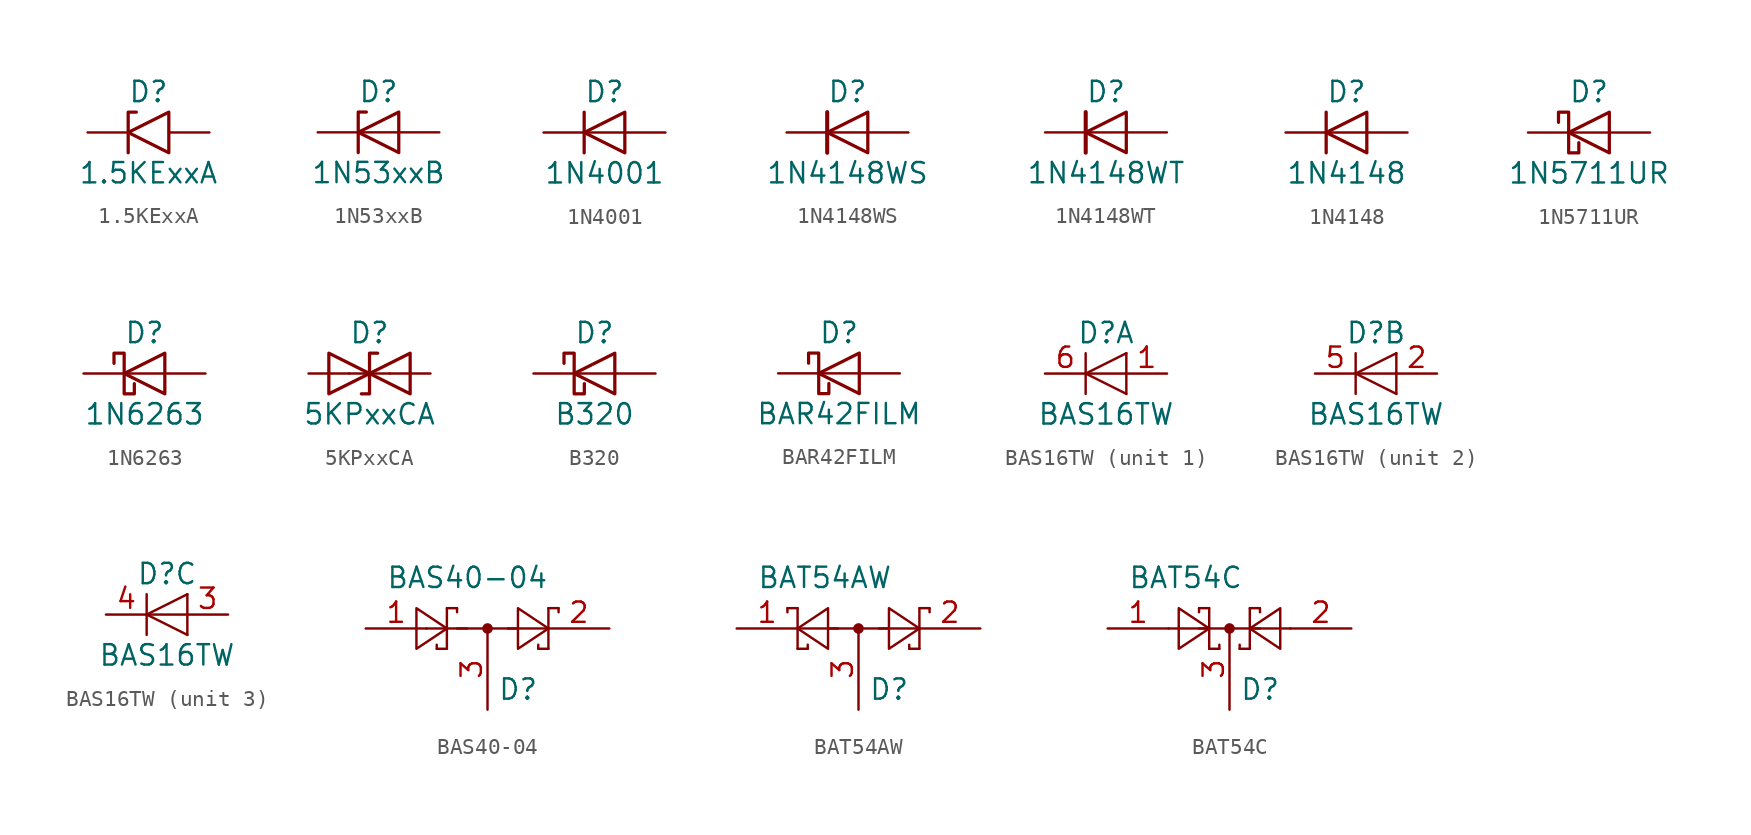
<source format=kicad_sym>
(kicad_symbol_lib
  (version 20201005)
  (generator kicad_symbol_editor)
  (symbol "1.5KExxA"
    (pin_numbers hide)
    (pin_names
      (offset 1.016) hide)
    (property "Reference" "D"
      (at 0 2.54 0)
      (effects (font (size 1.27 1.27))))
    (property "Value" "1.5KExxA"
      (at 0 -2.54 0)
      (effects (font (size 1.27 1.27))))
    (symbol "1.5KExxA_0_1"
      (polyline (pts (xy -0.762 1.27) (xy -1.27 1.27) (xy -1.27 -1.27)) (stroke (width 0.203)) (fill (type none)))
      (polyline (pts (xy 1.27 1.27) (xy 1.27 -1.27) (xy -1.27 0) (xy 1.27 1.27)) (stroke (width 0.203)) (fill (type none))))
    (symbol "1.5KExxA_1_1"
      (pin passive line (at -3.81 0 0) (length 2.54) (name "A1" (effects (font (size 1.27 1.27)))) (number "1" (effects (font (size 1.27 1.27)))))
      (pin passive line (at 3.81 0 180) (length 2.54) (name "A2" (effects (font (size 1.27 1.27)))) (number "2" (effects (font (size 1.27 1.27)))))))
  (symbol "1N53xxB"
    (pin_numbers hide)
    (pin_names
      (offset 1.016) hide)
    (property "Reference" "D"
      (at 0 2.54 0)
      (effects (font (size 1.27 1.27))))
    (property "Value" "1N53xxB"
      (at 0 -2.54 0)
      (effects (font (size 1.27 1.27))))
    (symbol "1N53xxB_0_1"
      (polyline (pts (xy 1.27 0) (xy -1.27 0)) (stroke (width 0)) (fill (type none)))
      (polyline (pts (xy -1.27 -1.27) (xy -1.27 1.27) (xy -0.762 1.27)) (stroke (width 0.203)) (fill (type none)))
      (polyline (pts (xy 1.27 -1.27) (xy 1.27 1.27) (xy -1.27 0) (xy 1.27 -1.27)) (stroke (width 0.203)) (fill (type none))))
    (symbol "1N53xxB_1_1"
      (pin passive line (at -3.81 0 0) (length 2.54) (name "K" (effects (font (size 1.27 1.27)))) (number "1" (effects (font (size 1.27 1.27)))))
      (pin passive line (at 3.81 0 180) (length 2.54) (name "A" (effects (font (size 1.27 1.27)))) (number "2" (effects (font (size 1.27 1.27)))))))
  (symbol "1N4001"
    (pin_numbers hide)
    (pin_names
      (offset 1.016) hide)
    (property "Reference" "D"
      (at 0 2.54 0)
      (effects (font (size 1.27 1.27))))
    (property "Value" "1N4001"
      (at 0 -2.54 0)
      (effects (font (size 1.27 1.27))))
    (symbol "1N4001_0_1"
      (polyline (pts (xy -1.27 1.27) (xy -1.27 -1.27)) (stroke (width 0.203)) (fill (type none)))
      (polyline (pts (xy 1.27 0) (xy -1.27 0)) (stroke (width 0)) (fill (type none)))
      (polyline (pts (xy 1.27 1.27) (xy 1.27 -1.27) (xy -1.27 0) (xy 1.27 1.27)) (stroke (width 0.203)) (fill (type none))))
    (symbol "1N4001_1_1"
      (pin passive line (at -3.81 0 0) (length 2.54) (name "K" (effects (font (size 1.27 1.27)))) (number "1" (effects (font (size 1.27 1.27)))))
      (pin passive line (at 3.81 0 180) (length 2.54) (name "A" (effects (font (size 1.27 1.27)))) (number "2" (effects (font (size 1.27 1.27)))))))
  (symbol "1N4148WS"
    (pin_numbers hide)
    (pin_names
      (offset 1.016) hide)
    (property "Reference" "D"
      (at 0 2.54 0)
      (effects (font (size 1.27 1.27))))
    (property "Value" "1N4148WS"
      (at 0 -2.54 0)
      (effects (font (size 1.27 1.27))))
    (symbol "1N4148WS_0_1"
      (polyline (pts (xy -1.27 1.27) (xy -1.27 -1.27)) (stroke (width 0.254)) (fill (type none)))
      (polyline (pts (xy 1.27 0) (xy -1.27 0)) (stroke (width 0)) (fill (type none)))
      (polyline (pts (xy 1.27 1.27) (xy 1.27 -1.27) (xy -1.27 0) (xy 1.27 1.27)) (stroke (width 0.203)) (fill (type none))))
    (symbol "1N4148WS_1_1"
      (pin passive line (at -3.81 0 0) (length 2.54) (name "K" (effects (font (size 1.27 1.27)))) (number "1" (effects (font (size 1.27 1.27)))))
      (pin passive line (at 3.81 0 180) (length 2.54) (name "A" (effects (font (size 1.27 1.27)))) (number "2" (effects (font (size 1.27 1.27)))))))
  (symbol "1N4148WT"
    (pin_numbers hide)
    (pin_names
      (offset 1.016) hide)
    (property "Reference" "D"
      (at 0 2.54 0)
      (effects (font (size 1.27 1.27))))
    (property "Value" "1N4148WT"
      (at 0 -2.54 0)
      (effects (font (size 1.27 1.27))))
    (symbol "1N4148WT_0_1"
      (polyline (pts (xy -1.27 1.27) (xy -1.27 -1.27)) (stroke (width 0.254)) (fill (type none)))
      (polyline (pts (xy 1.27 0) (xy -1.27 0)) (stroke (width 0)) (fill (type none)))
      (polyline (pts (xy 1.27 1.27) (xy 1.27 -1.27) (xy -1.27 0) (xy 1.27 1.27)) (stroke (width 0.203)) (fill (type none))))
    (symbol "1N4148WT_1_1"
      (pin passive line (at -3.81 0 0) (length 2.54) (name "K" (effects (font (size 1.27 1.27)))) (number "1" (effects (font (size 1.27 1.27)))))
      (pin passive line (at 3.81 0 180) (length 2.54) (name "A" (effects (font (size 1.27 1.27)))) (number "2" (effects (font (size 1.27 1.27)))))))
  (symbol "1N4148"
    (pin_numbers hide)
    (pin_names
      (offset 1.016) hide)
    (property "Reference" "D"
      (at 0 2.54 0)
      (effects (font (size 1.27 1.27))))
    (property "Value" "1N4148"
      (at 0 -2.54 0)
      (effects (font (size 1.27 1.27))))
    (symbol "1N4148_0_1"
      (polyline (pts (xy -1.27 1.27) (xy -1.27 -1.27)) (stroke (width 0.203)) (fill (type none)))
      (polyline (pts (xy 1.27 0) (xy -1.27 0)) (stroke (width 0)) (fill (type none)))
      (polyline (pts (xy 1.27 1.27) (xy 1.27 -1.27) (xy -1.27 0) (xy 1.27 1.27)) (stroke (width 0.203)) (fill (type none))))
    (symbol "1N4148_1_1"
      (pin passive line (at -3.81 0 0) (length 2.54) (name "K" (effects (font (size 1.27 1.27)))) (number "1" (effects (font (size 1.27 1.27)))))
      (pin passive line (at 3.81 0 180) (length 2.54) (name "A" (effects (font (size 1.27 1.27)))) (number "2" (effects (font (size 1.27 1.27)))))))
  (symbol "1N5711UR"
    (pin_numbers hide)
    (pin_names
      (offset 1.016) hide)
    (property "Reference" "D"
      (at 0 2.54 0)
      (effects (font (size 1.27 1.27))))
    (property "Value" "1N5711UR"
      (at 0 -2.54 0)
      (effects (font (size 1.27 1.27))))
    (symbol "1N5711UR_0_1"
      (polyline (pts (xy 1.27 0) (xy -1.27 0)) (stroke (width 0)) (fill (type none)))
      (polyline (pts (xy 1.27 1.27) (xy 1.27 -1.27) (xy -1.27 0) (xy 1.27 1.27)) (stroke (width 0.203)) (fill (type none)))
      (polyline (pts (xy -1.905 0.635) (xy -1.905 1.27) (xy -1.27 1.27) (xy -1.27 -1.27) (xy -0.635 -1.27) (xy -0.635 -0.635)) (stroke (width 0.203)) (fill (type none))))
    (symbol "1N5711UR_1_1"
      (pin passive line (at -3.81 0 0) (length 2.54) (name "K" (effects (font (size 1.27 1.27)))) (number "1" (effects (font (size 1.27 1.27)))))
      (pin passive line (at 3.81 0 180) (length 2.54) (name "A" (effects (font (size 1.27 1.27)))) (number "2" (effects (font (size 1.27 1.27)))))))
  (symbol "1N6263"
    (pin_numbers hide)
    (pin_names
      (offset 1.016) hide)
    (property "Reference" "D"
      (at 0 2.54 0)
      (effects (font (size 1.27 1.27))))
    (property "Value" "1N6263"
      (at 0 -2.54 0)
      (effects (font (size 1.27 1.27))))
    (symbol "1N6263_0_1"
      (polyline (pts (xy 1.27 0) (xy -1.27 0)) (stroke (width 0)) (fill (type none)))
      (polyline (pts (xy 1.27 1.27) (xy 1.27 -1.27) (xy -1.27 0) (xy 1.27 1.27)) (stroke (width 0.203)) (fill (type none)))
      (polyline (pts (xy -1.905 0.635) (xy -1.905 1.27) (xy -1.27 1.27) (xy -1.27 -1.27) (xy -0.635 -1.27) (xy -0.635 -0.635)) (stroke (width 0.203)) (fill (type none))))
    (symbol "1N6263_1_1"
      (pin passive line (at -3.81 0 0) (length 2.54) (name "K" (effects (font (size 1.27 1.27)))) (number "1" (effects (font (size 1.27 1.27)))))
      (pin passive line (at 3.81 0 180) (length 2.54) (name "A" (effects (font (size 1.27 1.27)))) (number "2" (effects (font (size 1.27 1.27)))))))
  (symbol "5KPxxCA"
    (pin_numbers hide)
    (pin_names
      (offset 1.016) hide)
    (property "Reference" "D"
      (at 0 2.54 0)
      (effects (font (size 1.27 1.27))))
    (property "Value" "5KPxxCA"
      (at 0 -2.54 0)
      (effects (font (size 1.27 1.27))))
    (symbol "5KPxxCA_0_1"
      (polyline (pts (xy 1.27 0) (xy -1.27 0)) (stroke (width 0)) (fill (type none)))
      (polyline (pts (xy -2.54 -1.27) (xy 0 0) (xy -2.54 1.27) (xy -2.54 -1.27)) (stroke (width 0.203)) (fill (type none)))
      (polyline (pts (xy 0.508 1.27) (xy 0 1.27) (xy 0 -1.27) (xy -0.508 -1.27)) (stroke (width 0.203)) (fill (type none)))
      (polyline (pts (xy 2.54 1.27) (xy 2.54 -1.27) (xy 0 0) (xy 2.54 1.27)) (stroke (width 0.203)) (fill (type none))))
    (symbol "5KPxxCA_1_1"
      (pin passive line (at -3.81 0 0) (length 2.54) (name "A1" (effects (font (size 1.27 1.27)))) (number "1" (effects (font (size 1.27 1.27)))))
      (pin passive line (at 3.81 0 180) (length 2.54) (name "A2" (effects (font (size 1.27 1.27)))) (number "2" (effects (font (size 1.27 1.27)))))))
  (symbol "B320"
    (pin_numbers hide)
    (pin_names
      (offset 1.016) hide)
    (property "Reference" "D"
      (at 0 2.54 0)
      (effects (font (size 1.27 1.27))))
    (property "Value" "B320"
      (at 0 -2.54 0)
      (effects (font (size 1.27 1.27))))
    (symbol "B320_0_1"
      (polyline (pts (xy 1.27 0) (xy -1.27 0)) (stroke (width 0)) (fill (type none)))
      (polyline (pts (xy 1.27 1.27) (xy 1.27 -1.27) (xy -1.27 0) (xy 1.27 1.27)) (stroke (width 0.203)) (fill (type none)))
      (polyline (pts (xy -1.905 0.635) (xy -1.905 1.27) (xy -1.27 1.27) (xy -1.27 -1.27) (xy -0.635 -1.27) (xy -0.635 -0.635)) (stroke (width 0.203)) (fill (type none))))
    (symbol "B320_1_1"
      (pin passive line (at -3.81 0 0) (length 2.54) (name "K" (effects (font (size 1.27 1.27)))) (number "1" (effects (font (size 1.27 1.27)))))
      (pin passive line (at 3.81 0 180) (length 2.54) (name "A" (effects (font (size 1.27 1.27)))) (number "2" (effects (font (size 1.27 1.27)))))))
  (symbol "BAR42FILM"
    (pin_numbers hide)
    (pin_names
      (offset 1.016) hide)
    (property "Reference" "D"
      (at 0 2.54 0)
      (effects (font (size 1.27 1.27))))
    (property "Value" "BAR42FILM"
      (at 0 -2.54 0)
      (effects (font (size 1.27 1.27))))
    (symbol "BAR42FILM_0_1"
      (polyline (pts (xy 1.27 0) (xy -1.27 0)) (stroke (width 0)) (fill (type none)))
      (polyline (pts (xy 1.27 1.27) (xy 1.27 -1.27) (xy -1.27 0) (xy 1.27 1.27)) (stroke (width 0.203)) (fill (type none)))
      (polyline (pts (xy -1.905 0.635) (xy -1.905 1.27) (xy -1.27 1.27) (xy -1.27 -1.27) (xy -0.635 -1.27) (xy -0.635 -0.635)) (stroke (width 0.203)) (fill (type none))))
    (symbol "BAR42FILM_1_1"
      (pin passive line (at 3.81 0 180) (length 2.54) (name "A" (effects (font (size 1.27 1.27)))) (number "1" (effects (font (size 1.27 1.27)))))
      (pin no_connect line (at 3.81 2.54 180) (length 2.54) hide (name "NC" (effects (font (size 1.27 1.27)))) (number "2" (effects (font (size 1.27 1.27)))))
      (pin passive line (at -3.81 0 0) (length 2.54) (name "K" (effects (font (size 1.27 1.27)))) (number "3" (effects (font (size 1.27 1.27)))))))
  (symbol "BAS16TW"
    (pin_names
      (offset 1.016) hide)
    (property "Reference" "D"
      (at 0 2.54 0)
      (effects (font (size 1.27 1.27))))
    (property "Value" "BAS16TW"
      (at 0 -2.54 0)
      (effects (font (size 1.27 1.27))))
    (symbol "BAS16TW_0_1"
      (polyline (pts (xy -1.27 1.27) (xy -1.27 -1.27)) (stroke (width 0.152)) (fill (type none)))
      (polyline (pts (xy 1.27 0) (xy -1.27 0)) (stroke (width 0)) (fill (type none)))
      (polyline (pts (xy 1.27 1.27) (xy 1.27 -1.27)) (stroke (width 0)) (fill (type none)))
      (polyline (pts (xy 1.27 1.27) (xy -1.27 0) (xy 1.27 -1.27)) (stroke (width 0)) (fill (type none))))
    (symbol "BAS16TW_1_1"
      (pin passive line (at 3.81 0 180) (length 2.54) (name "A" (effects (font (size 1.27 1.27)))) (number "1" (effects (font (size 1.27 1.27)))))
      (pin passive line (at -3.81 0 0) (length 2.54) (name "K" (effects (font (size 1.27 1.27)))) (number "6" (effects (font (size 1.27 1.27))))))
    (symbol "BAS16TW_2_1"
      (pin passive line (at 3.81 0 180) (length 2.54) (name "A" (effects (font (size 1.27 1.27)))) (number "2" (effects (font (size 1.27 1.27)))))
      (pin passive line (at -3.81 0 0) (length 2.54) (name "K" (effects (font (size 1.27 1.27)))) (number "5" (effects (font (size 1.27 1.27))))))
    (symbol "BAS16TW_3_1"
      (pin passive line (at 3.81 0 180) (length 2.54) (name "A" (effects (font (size 1.27 1.27)))) (number "3" (effects (font (size 1.27 1.27)))))
      (pin passive line (at -3.81 0 0) (length 2.54) (name "K" (effects (font (size 1.27 1.27)))) (number "4" (effects (font (size 1.27 1.27)))))))
  (symbol "BAS40-04"
    (pin_names
      (offset 1.016))
    (property "Reference" "D"
      (at 0.635 -1.27 0)
      (effects (font (size 1.27 1.27)) (justify left)))
    (property "Value" "BAS40-04"
      (at -6.35 5.715 0)
      (effects (font (size 1.27 1.27)) (justify left)))
    (symbol "BAS40-04_0_1"
      (circle (center 0 2.54) (radius 0.254) (stroke (width 0)) (fill (type outline)))
      (polyline (pts (xy -3.81 2.54) (xy -1.27 2.54)) (stroke (width 0)) (fill (type none)))
      (polyline (pts (xy -3.175 1.27) (xy -3.175 1.524)) (stroke (width 0)) (fill (type none)))
      (polyline (pts (xy -2.54 1.27) (xy -3.175 1.27)) (stroke (width 0)) (fill (type none)))
      (polyline (pts (xy -2.54 1.27) (xy -2.54 3.81)) (stroke (width 0)) (fill (type none)))
      (polyline (pts (xy -2.54 3.81) (xy -1.905 3.81)) (stroke (width 0)) (fill (type none)))
      (polyline (pts (xy -1.905 2.54) (xy 1.905 2.54)) (stroke (width 0)) (fill (type none)))
      (polyline (pts (xy -1.905 3.81) (xy -1.905 3.556)) (stroke (width 0)) (fill (type none)))
      (polyline (pts (xy 1.27 2.54) (xy 3.81 2.54)) (stroke (width 0)) (fill (type none)))
      (polyline (pts (xy 3.175 1.27) (xy 3.175 1.524)) (stroke (width 0)) (fill (type none)))
      (polyline (pts (xy 3.81 1.27) (xy 3.175 1.27)) (stroke (width 0)) (fill (type none)))
      (polyline (pts (xy 3.81 1.27) (xy 3.81 3.81)) (stroke (width 0)) (fill (type none)))
      (polyline (pts (xy 3.81 3.81) (xy 4.445 3.81)) (stroke (width 0)) (fill (type none)))
      (polyline (pts (xy 4.445 3.81) (xy 4.445 3.556)) (stroke (width 0)) (fill (type none)))
      (polyline (pts (xy -4.445 3.81) (xy -4.445 1.27) (xy -2.54 2.54) (xy -4.445 3.81)) (stroke (width 0)) (fill (type none)))
      (polyline (pts (xy 1.905 3.81) (xy 1.905 1.27) (xy 3.81 2.54) (xy 1.905 3.81)) (stroke (width 0)) (fill (type none))))
    (symbol "BAS40-04_1_1"
      (pin passive line (at -7.62 2.54 0) (length 3.81) (name "~" (effects (font (size 1.27 1.27)))) (number "1" (effects (font (size 1.27 1.27)))))
      (pin passive line (at 7.62 2.54 180) (length 3.81) (name "~" (effects (font (size 1.27 1.27)))) (number "2" (effects (font (size 1.27 1.27)))))
      (pin passive line (at 0 -2.54 90) (length 5.08) (name "~" (effects (font (size 1.27 1.27)))) (number "3" (effects (font (size 1.27 1.27)))))))
  (symbol "BAT54AW"
    (pin_names
      (offset 1.016))
    (property "Reference" "D"
      (at 0.635 -3.81 0)
      (effects (font (size 1.27 1.27)) (justify left)))
    (property "Value" "BAT54AW"
      (at -6.35 3.175 0)
      (effects (font (size 1.27 1.27)) (justify left)))
    (symbol "BAT54AW_0_1"
      (circle (center 0 0) (radius 0.254) (stroke (width 0)) (fill (type outline)))
      (polyline (pts (xy -4.445 1.27) (xy -4.445 1.016)) (stroke (width 0)) (fill (type none)))
      (polyline (pts (xy -3.81 -1.27) (xy -3.81 1.27)) (stroke (width 0)) (fill (type none)))
      (polyline (pts (xy -3.81 -1.27) (xy -3.175 -1.27)) (stroke (width 0)) (fill (type none)))
      (polyline (pts (xy -3.81 0) (xy -1.27 0)) (stroke (width 0)) (fill (type none)))
      (polyline (pts (xy -3.81 1.27) (xy -4.445 1.27)) (stroke (width 0)) (fill (type none)))
      (polyline (pts (xy -3.175 -1.27) (xy -3.175 -1.016)) (stroke (width 0)) (fill (type none)))
      (polyline (pts (xy -1.905 0) (xy 1.905 0)) (stroke (width 0)) (fill (type none)))
      (polyline (pts (xy 1.27 0) (xy 3.81 0)) (stroke (width 0)) (fill (type none)))
      (polyline (pts (xy 3.175 -1.27) (xy 3.175 -1.016)) (stroke (width 0)) (fill (type none)))
      (polyline (pts (xy 3.81 -1.27) (xy 3.175 -1.27)) (stroke (width 0)) (fill (type none)))
      (polyline (pts (xy 3.81 -1.27) (xy 3.81 1.27)) (stroke (width 0)) (fill (type none)))
      (polyline (pts (xy 3.81 1.27) (xy 4.445 1.27)) (stroke (width 0)) (fill (type none)))
      (polyline (pts (xy 4.445 1.27) (xy 4.445 1.016)) (stroke (width 0)) (fill (type none)))
      (polyline (pts (xy -1.905 1.27) (xy -1.905 -1.27) (xy -3.81 0) (xy -1.905 1.27)) (stroke (width 0)) (fill (type none)))
      (polyline (pts (xy 1.905 1.27) (xy 1.905 -1.27) (xy 3.81 0) (xy 1.905 1.27)) (stroke (width 0)) (fill (type none))))
    (symbol "BAT54AW_1_1"
      (pin passive line (at -7.62 0 0) (length 3.81) (name "~" (effects (font (size 1.27 1.27)))) (number "1" (effects (font (size 1.27 1.27)))))
      (pin passive line (at 7.62 0 180) (length 3.81) (name "~" (effects (font (size 1.27 1.27)))) (number "2" (effects (font (size 1.27 1.27)))))
      (pin passive line (at 0 -5.08 90) (length 5.08) (name "~" (effects (font (size 1.27 1.27)))) (number "3" (effects (font (size 1.27 1.27)))))))
  (symbol "BAT54C"
    (pin_names
      (offset 1.016))
    (property "Reference" "D"
      (at 0.635 -3.81 0)
      (effects (font (size 1.27 1.27)) (justify left)))
    (property "Value" "BAT54C"
      (at -6.35 3.175 0)
      (effects (font (size 1.27 1.27)) (justify left)))
    (symbol "BAT54C_0_1"
      (circle (center 0 0) (radius 0.254) (stroke (width 0)) (fill (type outline)))
      (polyline (pts (xy -1.905 0) (xy 1.905 0)) (stroke (width 0)) (fill (type none)))
      (polyline (pts (xy -1.905 1.27) (xy -1.905 1.016)) (stroke (width 0)) (fill (type none)))
      (polyline (pts (xy -1.27 -1.27) (xy -0.635 -1.27)) (stroke (width 0)) (fill (type none)))
      (polyline (pts (xy -1.27 0) (xy -3.81 0)) (stroke (width 0)) (fill (type none)))
      (polyline (pts (xy -1.27 1.27) (xy -1.905 1.27)) (stroke (width 0)) (fill (type none)))
      (polyline (pts (xy -1.27 1.27) (xy -1.27 -1.27)) (stroke (width 0)) (fill (type none)))
      (polyline (pts (xy -0.635 -1.27) (xy -0.635 -1.016)) (stroke (width 0)) (fill (type none)))
      (polyline (pts (xy 0.635 -1.27) (xy 0.635 -1.016)) (stroke (width 0)) (fill (type none)))
      (polyline (pts (xy 1.27 -1.27) (xy 0.635 -1.27)) (stroke (width 0)) (fill (type none)))
      (polyline (pts (xy 1.27 1.27) (xy 1.27 -1.27)) (stroke (width 0)) (fill (type none)))
      (polyline (pts (xy 1.27 1.27) (xy 1.905 1.27)) (stroke (width 0)) (fill (type none)))
      (polyline (pts (xy 1.905 1.27) (xy 1.905 1.016)) (stroke (width 0)) (fill (type none)))
      (polyline (pts (xy 3.81 0) (xy 1.27 0)) (stroke (width 0)) (fill (type none)))
      (polyline (pts (xy -3.175 -1.27) (xy -3.175 1.27) (xy -1.27 0) (xy -3.175 -1.27)) (stroke (width 0)) (fill (type none)))
      (polyline (pts (xy 3.175 -1.27) (xy 3.175 1.27) (xy 1.27 0) (xy 3.175 -1.27)) (stroke (width 0)) (fill (type none))))
    (symbol "BAT54C_1_1"
      (pin passive line (at -7.62 0 0) (length 3.81) (name "~" (effects (font (size 1.27 1.27)))) (number "1" (effects (font (size 1.27 1.27)))))
      (pin passive line (at 7.62 0 180) (length 3.81) (name "~" (effects (font (size 1.27 1.27)))) (number "2" (effects (font (size 1.27 1.27)))))
      (pin passive line (at 0 -5.08 90) (length 5.08) (name "~" (effects (font (size 1.27 1.27)))) (number "3" (effects (font (size 1.27 1.27))))))))
</source>
